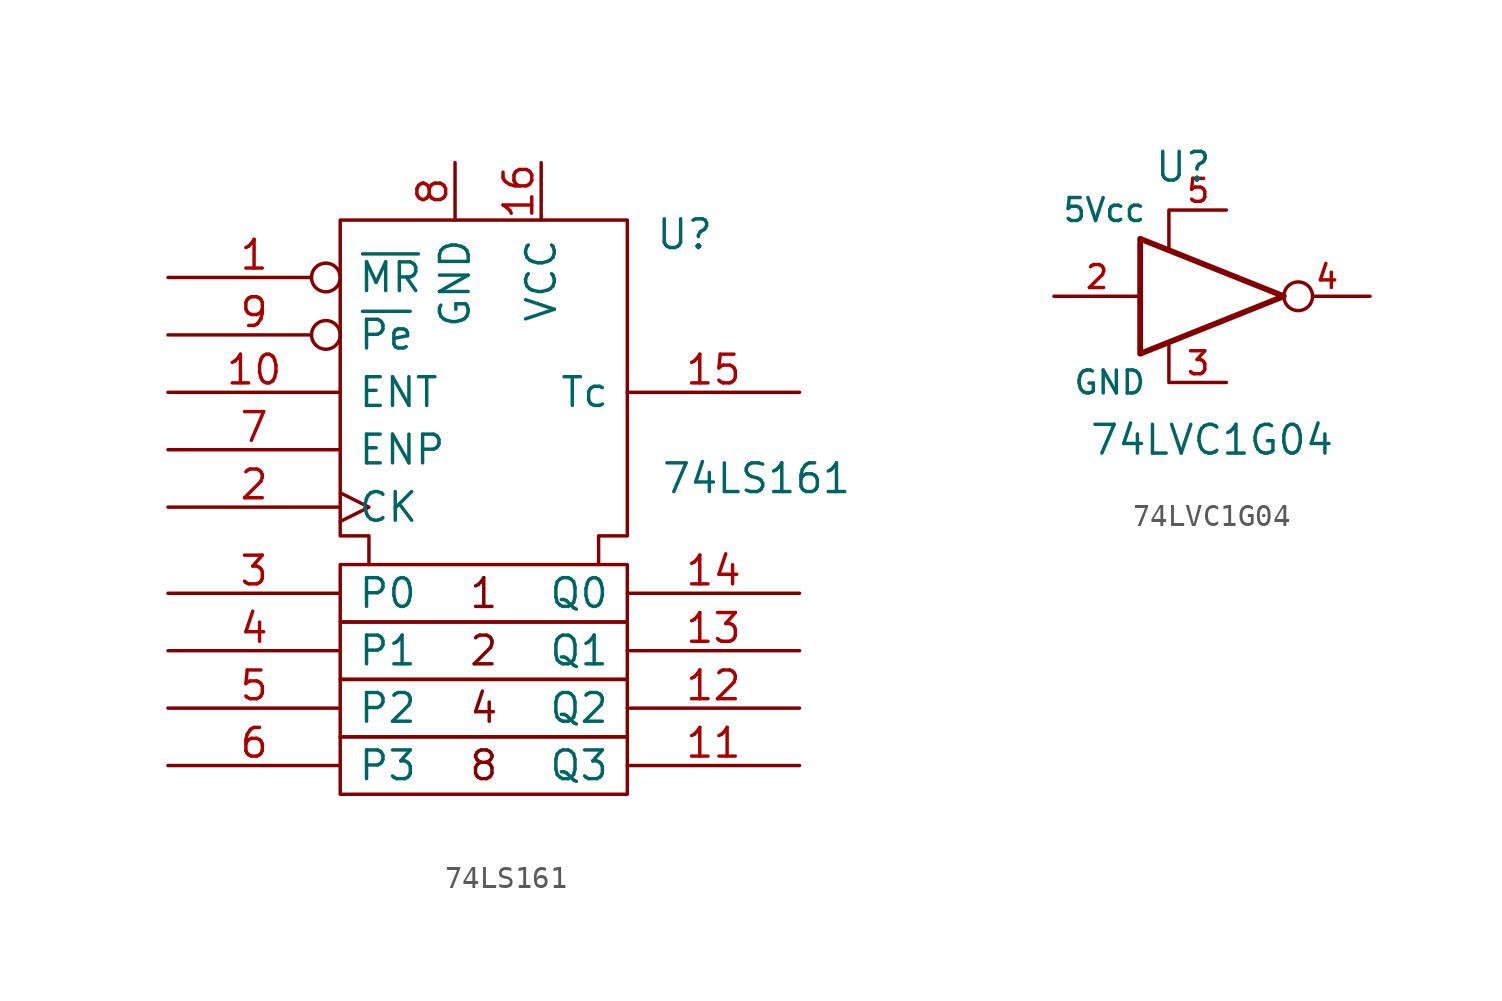
<source format=kicad_sym>
(kicad_symbol_lib
  (version 20201005)
  (generator kicad_symbol_editor)
  (symbol "74LS161"
    (pin_names
      (offset 0.762))
    (property "Reference" "U"
      (at 8.89 13.335 0)
      (effects (font (size 1.27 1.27))))
    (property "Value" "74LS161"
      (at 12.065 2.54 0)
      (effects (font (size 1.27 1.27))))
    (symbol "74LS161_0_0"
      (text "1" (at 0 -2.54 0) (effects (font (size 1.27 1.27))))
      (text "2" (at 0 -5.08 0) (effects (font (size 1.27 1.27))))
      (text "4" (at 0 -7.62 0) (effects (font (size 1.27 1.27))))
      (text "8" (at 0 -10.16 0) (effects (font (size 1.27 1.27))))
      (rectangle (start -6.35 -8.89) (end 6.35 -11.43) (stroke (width 0)) (fill (type none)))
      (rectangle (start -6.35 -6.35) (end 6.35 -8.89) (stroke (width 0)) (fill (type none)))
      (rectangle (start -6.35 -3.81) (end 6.35 -6.35) (stroke (width 0)) (fill (type none)))
      (rectangle (start -6.35 -1.27) (end 6.35 -3.81) (stroke (width 0)) (fill (type none)))
      (polyline (pts (xy -5.08 -1.27) (xy -5.08 0) (xy -6.35 0) (xy -6.35 13.97) (xy 6.35 13.97) (xy 6.35 0) (xy 5.08 0) (xy 5.08 -1.27) (xy 5.08 -1.27)) (stroke (width 0)) (fill (type none)))
      (pin power_in line (at 2.54 16.51 270) (length 2.54) (name "VCC" (effects (font (size 1.27 1.27)))) (number "16" (effects (font (size 1.27 1.27)))))
      (pin power_in line (at -1.27 16.51 270) (length 2.54) (name "GND" (effects (font (size 1.27 1.27)))) (number "8" (effects (font (size 1.27 1.27))))))
    (symbol "74LS161_1_1"
      (pin input inverted (at -13.97 11.43 0) (length 7.62) (name "~MR" (effects (font (size 1.27 1.27)))) (number "1" (effects (font (size 1.27 1.27)))))
      (pin input line (at -13.97 6.35 0) (length 7.62) (name "ENT" (effects (font (size 1.27 1.27)))) (number "10" (effects (font (size 1.27 1.27)))))
      (pin output line (at 13.97 -10.16 180) (length 7.62) (name "Q3" (effects (font (size 1.27 1.27)))) (number "11" (effects (font (size 1.27 1.27)))))
      (pin output line (at 13.97 -7.62 180) (length 7.62) (name "Q2" (effects (font (size 1.27 1.27)))) (number "12" (effects (font (size 1.27 1.27)))))
      (pin output line (at 13.97 -5.08 180) (length 7.62) (name "Q1" (effects (font (size 1.27 1.27)))) (number "13" (effects (font (size 1.27 1.27)))))
      (pin output line (at 13.97 -2.54 180) (length 7.62) (name "Q0" (effects (font (size 1.27 1.27)))) (number "14" (effects (font (size 1.27 1.27)))))
      (pin output line (at 13.97 6.35 180) (length 7.62) (name "Tc" (effects (font (size 1.27 1.27)))) (number "15" (effects (font (size 1.27 1.27)))))
      (pin input clock (at -13.97 1.27 0) (length 7.62) (name "CK" (effects (font (size 1.27 1.27)))) (number "2" (effects (font (size 1.27 1.27)))))
      (pin input line (at -13.97 -2.54 0) (length 7.62) (name "P0" (effects (font (size 1.27 1.27)))) (number "3" (effects (font (size 1.27 1.27)))))
      (pin input line (at -13.97 -5.08 0) (length 7.62) (name "P1" (effects (font (size 1.27 1.27)))) (number "4" (effects (font (size 1.27 1.27)))))
      (pin input line (at -13.97 -7.62 0) (length 7.62) (name "P2" (effects (font (size 1.27 1.27)))) (number "5" (effects (font (size 1.27 1.27)))))
      (pin input line (at -13.97 -10.16 0) (length 7.62) (name "P3" (effects (font (size 1.27 1.27)))) (number "6" (effects (font (size 1.27 1.27)))))
      (pin input line (at -13.97 3.81 0) (length 7.62) (name "ENP" (effects (font (size 1.27 1.27)))) (number "7" (effects (font (size 1.27 1.27)))))
      (pin input inverted (at -13.97 8.89 0) (length 7.62) (name "~Pe" (effects (font (size 1.27 1.27)))) (number "9" (effects (font (size 1.27 1.27)))))))
  (symbol "74LVC1G04"
    (pin_names
      (offset 1.016))
    (property "Reference" "U"
      (at -1.905 5.715 0)
      (effects (font (size 1.27 1.27))))
    (property "Value" "74LVC1G04"
      (at -0.635 -6.35 0)
      (effects (font (size 1.27 1.27))))
    (symbol "74LVC1G04_0_1"
      (polyline (pts (xy -2.54 -2.032) (xy -2.54 -3.81)) (stroke (width 0.152)) (fill (type none)))
      (polyline (pts (xy -2.54 3.81) (xy -2.54 2.032)) (stroke (width 0.152)) (fill (type none)))
      (polyline (pts (xy -3.81 2.54) (xy -3.81 -2.54) (xy 2.54 0) (xy -3.81 2.54)) (stroke (width 0.254)) (fill (type none))))
    (symbol "74LVC1G04_1_1"
      (pin unconnected line (at -5.08 7.62 0) (length 2.54) hide (name "~" (effects (font (size 1.27 1.27)))) (number "1" (effects (font (size 1.27 1.27)))))
      (pin input line (at -7.62 0 0) (length 3.81) (name "~" (effects (font (size 1.016 1.016)))) (number "2" (effects (font (size 1.016 1.016)))))
      (pin power_in line (at 0 -3.81 180) (length 2.489) (name "GND" (effects (font (size 1.016 1.016)))) (number "3" (effects (font (size 1.016 1.016)))))
      (pin output inverted (at 6.35 0 180) (length 3.81) (name "~" (effects (font (size 1.016 1.016)))) (number "4" (effects (font (size 1.016 1.016)))))
      (pin power_in line (at 0 3.81 180) (length 2.489) (name "5Vcc" (effects (font (size 1.016 1.016)))) (number "5" (effects (font (size 1.016 1.016))))))))
</source>
